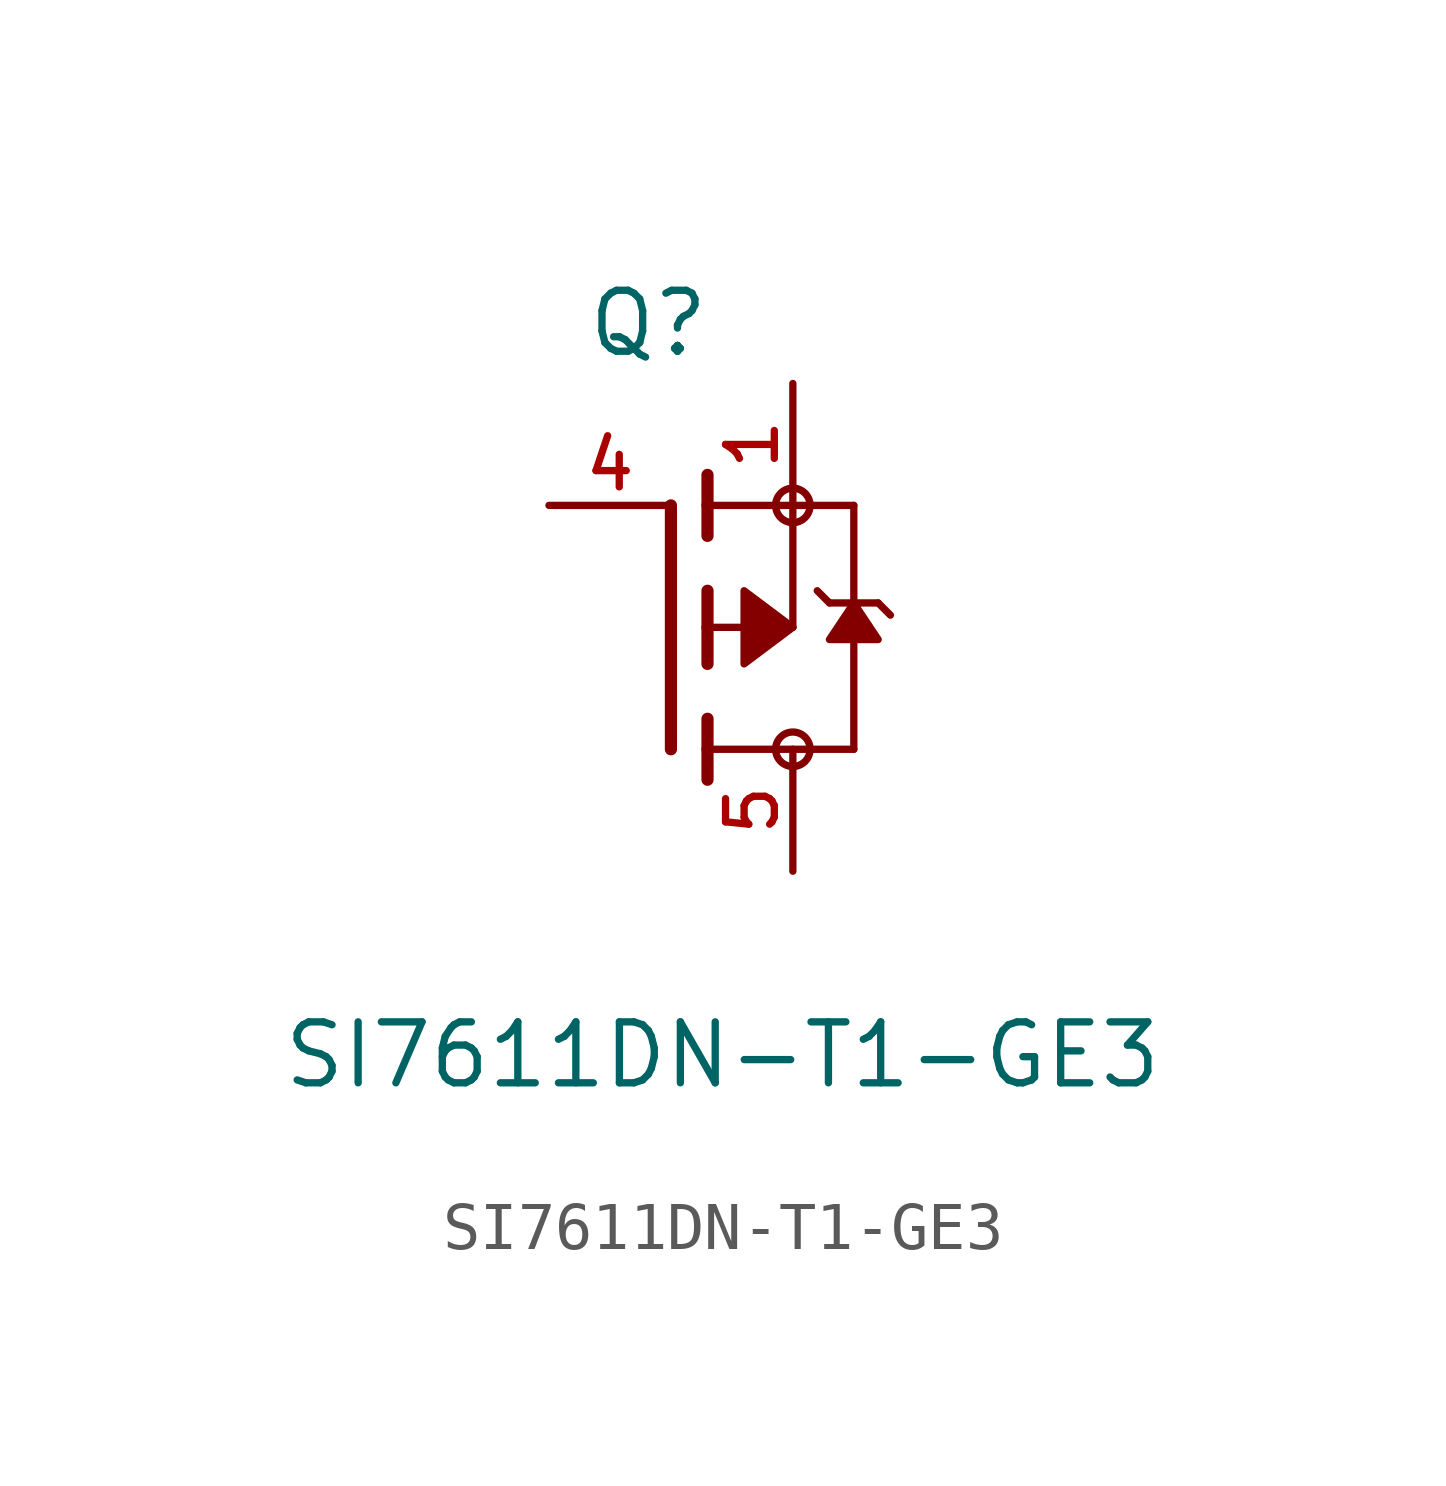
<source format=kicad_sym>
(kicad_symbol_lib
  (version 20231120)
  (generator "kicad_symbol_editor")
  (generator_version "8.0")
  (symbol "SI7611DN-T1-GE3"
    (pin_names
      (offset 1.016))
    (property "Reference" "Q"
      (at -1.778 5.588 0)
      (effects (font (size 1.27 1.27)) (justify left bottom)))
    (property "Value" "SI7611DN-T1-GE3"
      (at -8.128 -9.652 0)
      (effects (font (size 1.27 1.27)) (justify left bottom)))
    (symbol "SI7611DN-T1-GE3_0_0"
      (polyline (pts (xy 0 -2.54) (xy 0 2.54)) (stroke (width 0.254) (type default)) (fill (type none)))
      (polyline (pts (xy 0.762 -3.175) (xy 0.762 -2.54)) (stroke (width 0.254) (type default)) (fill (type none)))
      (polyline (pts (xy 0.762 -2.54) (xy 0.762 -1.905)) (stroke (width 0.254) (type default)) (fill (type none)))
      (polyline (pts (xy 0.762 -2.54) (xy 3.81 -2.54)) (stroke (width 0.152) (type default)) (fill (type none)))
      (polyline (pts (xy 0.762 -0.762) (xy 0.762 0)) (stroke (width 0.254) (type default)) (fill (type none)))
      (polyline (pts (xy 0.762 0) (xy 0.762 0.762)) (stroke (width 0.254) (type default)) (fill (type none)))
      (polyline (pts (xy 0.762 0) (xy 2.54 0)) (stroke (width 0.152) (type default)) (fill (type none)))
      (polyline (pts (xy 0.762 1.905) (xy 0.762 2.54)) (stroke (width 0.254) (type default)) (fill (type none)))
      (polyline (pts (xy 0.762 2.54) (xy 0.762 3.175)) (stroke (width 0.254) (type default)) (fill (type none)))
      (polyline (pts (xy 2.54 0) (xy 2.54 2.54)) (stroke (width 0.152) (type default)) (fill (type none)))
      (polyline (pts (xy 2.54 2.54) (xy 0.762 2.54)) (stroke (width 0.152) (type default)) (fill (type none)))
      (polyline (pts (xy 2.54 2.54) (xy 3.81 2.54)) (stroke (width 0.152) (type default)) (fill (type none)))
      (polyline (pts (xy 3.048 0.762) (xy 3.302 0.508)) (stroke (width 0.152) (type default)) (fill (type none)))
      (polyline (pts (xy 3.302 0.508) (xy 3.81 0.508)) (stroke (width 0.152) (type default)) (fill (type none)))
      (polyline (pts (xy 3.81 -2.54) (xy 3.81 0.508)) (stroke (width 0.152) (type default)) (fill (type none)))
      (polyline (pts (xy 3.81 0.508) (xy 3.81 2.54)) (stroke (width 0.152) (type default)) (fill (type none)))
      (polyline (pts (xy 3.81 0.508) (xy 4.318 0.508)) (stroke (width 0.152) (type default)) (fill (type none)))
      (polyline (pts (xy 4.318 0.508) (xy 4.572 0.254)) (stroke (width 0.152) (type default)) (fill (type none)))
      (polyline (pts (xy 2.54 0) (xy 1.524 0.762) (xy 1.524 -0.762) (xy 2.54 0)) (stroke (width 0.152) (type default)) (fill (type outline)))
      (polyline (pts (xy 3.81 0.508) (xy 4.318 -0.254) (xy 3.302 -0.254) (xy 3.81 0.508)) (stroke (width 0.152) (type default)) (fill (type outline)))
      (circle (center 2.54 -2.54) (radius 0.359) (stroke (width 0) (type default)) (fill (type none)))
      (circle (center 2.54 2.54) (radius 0.359) (stroke (width 0) (type default)) (fill (type none)))
      (pin passive line (at 2.54 5.08 270) (length 2.54) (name "~" (effects (font (size 1.016 1.016)))) (number "1" (effects (font (size 1.016 1.016)))))
      (pin passive line (at -2.54 2.54 0) (length 2.54) (name "~" (effects (font (size 1.016 1.016)))) (number "4" (effects (font (size 1.016 1.016)))))
      (pin passive line (at 2.54 -5.08 90) (length 2.54) (name "~" (effects (font (size 1.016 1.016)))) (number "5" (effects (font (size 1.016 1.016))))))
    (symbol "SI7611DN-T1-GE3_1_0"
      (pin passive line (at 2.54 5.08 270) (length 2.54) hide (name "~" (effects (font (size 1.016 1.016)))) (number "2" (effects (font (size 1.016 1.016)))))
      (pin passive line (at 2.54 5.08 270) (length 2.54) hide (name "~" (effects (font (size 1.016 1.016)))) (number "3" (effects (font (size 1.016 1.016)))))
      (pin passive line (at 2.54 -5.08 90) (length 2.54) hide (name "~" (effects (font (size 1.016 1.016)))) (number "6" (effects (font (size 1.016 1.016)))))
      (pin passive line (at 2.54 -5.08 90) (length 2.54) hide (name "~" (effects (font (size 1.016 1.016)))) (number "7" (effects (font (size 1.016 1.016)))))
      (pin passive line (at 2.54 -5.08 90) (length 2.54) hide (name "~" (effects (font (size 1.016 1.016)))) (number "8" (effects (font (size 1.016 1.016)))))
      (pin passive line (at 2.54 -5.08 90) (length 2.54) hide (name "~" (effects (font (size 1.016 1.016)))) (number "9" (effects (font (size 1.016 1.016))))))))
</source>
